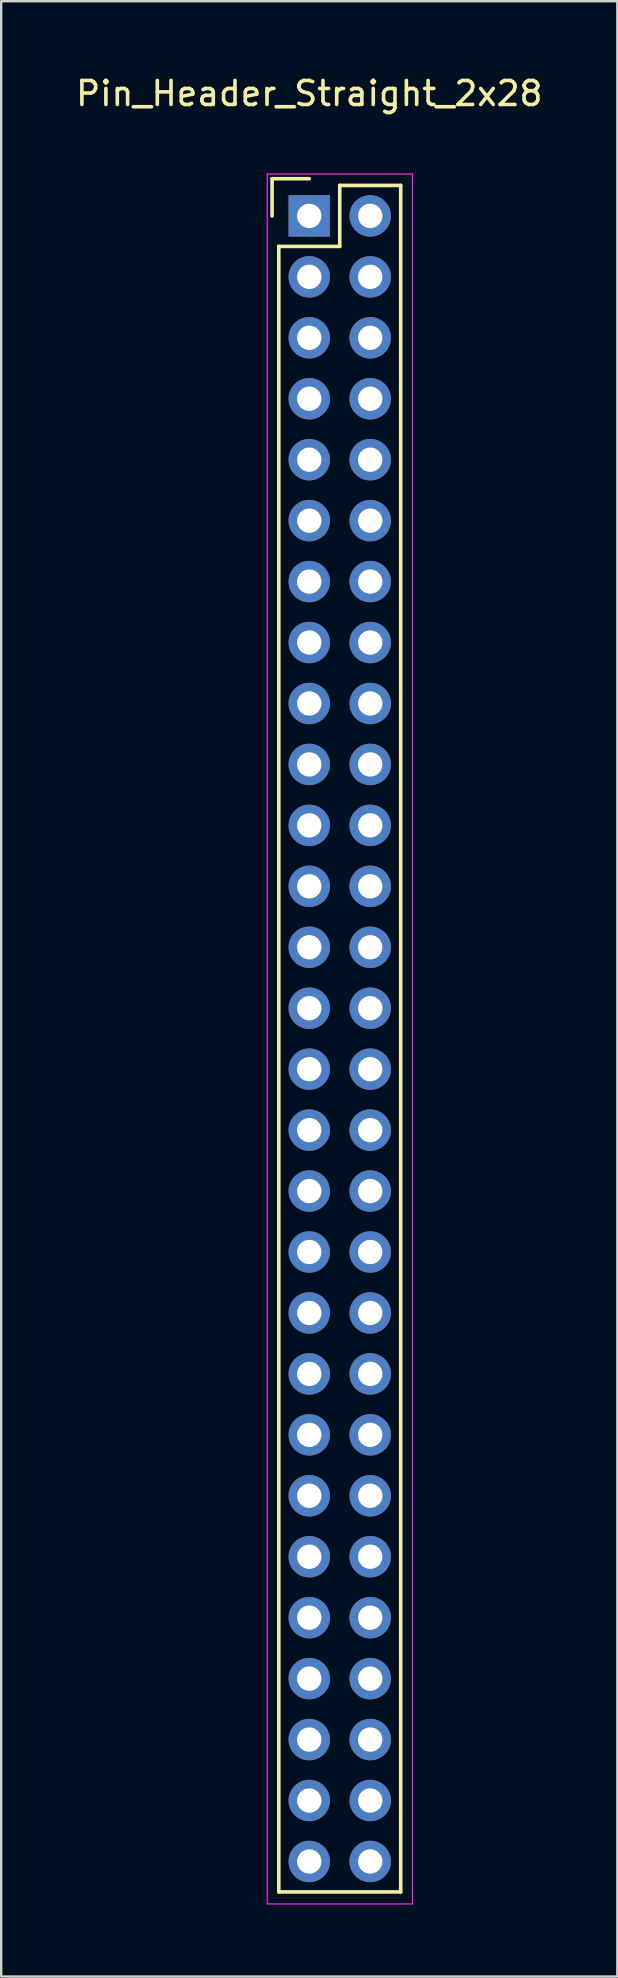
<source format=kicad_pcb>
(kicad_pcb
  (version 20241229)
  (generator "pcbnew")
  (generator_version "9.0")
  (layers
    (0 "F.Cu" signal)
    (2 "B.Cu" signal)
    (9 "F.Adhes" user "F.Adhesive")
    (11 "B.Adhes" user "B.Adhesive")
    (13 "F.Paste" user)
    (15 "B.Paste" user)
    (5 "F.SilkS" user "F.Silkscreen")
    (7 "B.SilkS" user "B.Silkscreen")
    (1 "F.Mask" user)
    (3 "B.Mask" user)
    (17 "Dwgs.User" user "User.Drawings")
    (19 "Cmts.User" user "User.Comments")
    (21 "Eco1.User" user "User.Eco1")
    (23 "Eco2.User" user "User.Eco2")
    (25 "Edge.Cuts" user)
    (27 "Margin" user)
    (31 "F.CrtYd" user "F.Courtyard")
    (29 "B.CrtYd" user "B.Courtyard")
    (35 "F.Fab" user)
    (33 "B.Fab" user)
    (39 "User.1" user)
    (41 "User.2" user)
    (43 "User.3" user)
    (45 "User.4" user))
  (footprint "Pin_Header_Straight_2x28"
    (layer "F.Cu")
    (at 9.839 5.948)
    (property "Reference" "Pin_Header_Straight_2x28" (at 0 -5.1 0) (layer "F.SilkS") (effects (font (size 1 1) (thickness 0.15))))
    (attr through_hole)
    (fp_line (start -1.55 -1.55) (end -1.55 0) (stroke (width 0.15) (type solid)) (layer "F.SilkS"))
    (fp_line (start -1.27 1.27) (end -1.27 69.85) (stroke (width 0.15) (type solid)) (layer "F.SilkS"))
    (fp_line (start 0 -1.55) (end -1.55 -1.55) (stroke (width 0.15) (type solid)) (layer "F.SilkS"))
    (fp_line (start 1.27 -1.27) (end 1.27 1.27) (stroke (width 0.15) (type solid)) (layer "F.SilkS"))
    (fp_line (start 1.27 1.27) (end -1.27 1.27) (stroke (width 0.15) (type solid)) (layer "F.SilkS"))
    (fp_line (start 3.81 -1.27) (end 1.27 -1.27) (stroke (width 0.15) (type solid)) (layer "F.SilkS"))
    (fp_line (start 3.81 -1.27) (end 3.81 69.85) (stroke (width 0.15) (type solid)) (layer "F.SilkS"))
    (fp_line (start 3.81 69.85) (end -1.27 69.85) (stroke (width 0.15) (type solid)) (layer "F.SilkS"))
    (fp_line (start -1.75 -1.75) (end -1.75 70.35) (stroke (width 0.05) (type solid)) (layer "F.CrtYd"))
    (fp_line (start -1.75 -1.75) (end 4.3 -1.75) (stroke (width 0.05) (type solid)) (layer "F.CrtYd"))
    (fp_line (start -1.75 70.35) (end 4.3 70.35) (stroke (width 0.05) (type solid)) (layer "F.CrtYd"))
    (fp_line (start 4.3 -1.75) (end 4.3 70.35) (stroke (width 0.05) (type solid)) (layer "F.CrtYd"))
    (pad "1" thru_hole rect (at 0 0) (size 1.727 1.727) (drill 1.016) (layers "*.Cu" "*.Mask"))
    (pad "2" thru_hole oval (at 2.54 0) (size 1.727 1.727) (drill 1.016) (layers "*.Cu" "*.Mask"))
    (pad "3" thru_hole oval (at 0 2.54) (size 1.727 1.727) (drill 1.016) (layers "*.Cu" "*.Mask"))
    (pad "4" thru_hole oval (at 2.54 2.54) (size 1.727 1.727) (drill 1.016) (layers "*.Cu" "*.Mask"))
    (pad "5" thru_hole oval (at 0 5.08) (size 1.727 1.727) (drill 1.016) (layers "*.Cu" "*.Mask"))
    (pad "6" thru_hole oval (at 2.54 5.08) (size 1.727 1.727) (drill 1.016) (layers "*.Cu" "*.Mask"))
    (pad "7" thru_hole oval (at 0 7.62) (size 1.727 1.727) (drill 1.016) (layers "*.Cu" "*.Mask"))
    (pad "8" thru_hole oval (at 2.54 7.62) (size 1.727 1.727) (drill 1.016) (layers "*.Cu" "*.Mask"))
    (pad "9" thru_hole oval (at 0 10.16) (size 1.727 1.727) (drill 1.016) (layers "*.Cu" "*.Mask"))
    (pad "10" thru_hole oval (at 2.54 10.16) (size 1.727 1.727) (drill 1.016) (layers "*.Cu" "*.Mask"))
    (pad "11" thru_hole oval (at 0 12.7) (size 1.727 1.727) (drill 1.016) (layers "*.Cu" "*.Mask"))
    (pad "12" thru_hole oval (at 2.54 12.7) (size 1.727 1.727) (drill 1.016) (layers "*.Cu" "*.Mask"))
    (pad "13" thru_hole oval (at 0 15.24) (size 1.727 1.727) (drill 1.016) (layers "*.Cu" "*.Mask"))
    (pad "14" thru_hole oval (at 2.54 15.24) (size 1.727 1.727) (drill 1.016) (layers "*.Cu" "*.Mask"))
    (pad "15" thru_hole oval (at 0 17.78) (size 1.727 1.727) (drill 1.016) (layers "*.Cu" "*.Mask"))
    (pad "16" thru_hole oval (at 2.54 17.78) (size 1.727 1.727) (drill 1.016) (layers "*.Cu" "*.Mask"))
    (pad "17" thru_hole oval (at 0 20.32) (size 1.727 1.727) (drill 1.016) (layers "*.Cu" "*.Mask"))
    (pad "18" thru_hole oval (at 2.54 20.32) (size 1.727 1.727) (drill 1.016) (layers "*.Cu" "*.Mask"))
    (pad "19" thru_hole oval (at 0 22.86) (size 1.727 1.727) (drill 1.016) (layers "*.Cu" "*.Mask"))
    (pad "20" thru_hole oval (at 2.54 22.86) (size 1.727 1.727) (drill 1.016) (layers "*.Cu" "*.Mask"))
    (pad "21" thru_hole oval (at 0 25.4) (size 1.727 1.727) (drill 1.016) (layers "*.Cu" "*.Mask"))
    (pad "22" thru_hole oval (at 2.54 25.4) (size 1.727 1.727) (drill 1.016) (layers "*.Cu" "*.Mask"))
    (pad "23" thru_hole oval (at 0 27.94) (size 1.727 1.727) (drill 1.016) (layers "*.Cu" "*.Mask"))
    (pad "24" thru_hole oval (at 2.54 27.94) (size 1.727 1.727) (drill 1.016) (layers "*.Cu" "*.Mask"))
    (pad "25" thru_hole oval (at 0 30.48) (size 1.727 1.727) (drill 1.016) (layers "*.Cu" "*.Mask"))
    (pad "26" thru_hole oval (at 2.54 30.48) (size 1.727 1.727) (drill 1.016) (layers "*.Cu" "*.Mask"))
    (pad "27" thru_hole oval (at 0 33.02) (size 1.727 1.727) (drill 1.016) (layers "*.Cu" "*.Mask"))
    (pad "28" thru_hole oval (at 2.54 33.02) (size 1.727 1.727) (drill 1.016) (layers "*.Cu" "*.Mask"))
    (pad "29" thru_hole oval (at 0 35.56) (size 1.727 1.727) (drill 1.016) (layers "*.Cu" "*.Mask"))
    (pad "30" thru_hole oval (at 2.54 35.56) (size 1.727 1.727) (drill 1.016) (layers "*.Cu" "*.Mask"))
    (pad "31" thru_hole oval (at 0 38.1) (size 1.727 1.727) (drill 1.016) (layers "*.Cu" "*.Mask"))
    (pad "32" thru_hole oval (at 2.54 38.1) (size 1.727 1.727) (drill 1.016) (layers "*.Cu" "*.Mask"))
    (pad "33" thru_hole oval (at 0 40.64) (size 1.727 1.727) (drill 1.016) (layers "*.Cu" "*.Mask"))
    (pad "34" thru_hole oval (at 2.54 40.64) (size 1.727 1.727) (drill 1.016) (layers "*.Cu" "*.Mask"))
    (pad "35" thru_hole oval (at 0 43.18) (size 1.727 1.727) (drill 1.016) (layers "*.Cu" "*.Mask"))
    (pad "36" thru_hole oval (at 2.54 43.18) (size 1.727 1.727) (drill 1.016) (layers "*.Cu" "*.Mask"))
    (pad "37" thru_hole oval (at 0 45.72) (size 1.727 1.727) (drill 1.016) (layers "*.Cu" "*.Mask"))
    (pad "38" thru_hole oval (at 2.54 45.72) (size 1.727 1.727) (drill 1.016) (layers "*.Cu" "*.Mask"))
    (pad "39" thru_hole oval (at 0 48.26) (size 1.727 1.727) (drill 1.016) (layers "*.Cu" "*.Mask"))
    (pad "40" thru_hole oval (at 2.54 48.26) (size 1.727 1.727) (drill 1.016) (layers "*.Cu" "*.Mask"))
    (pad "41" thru_hole oval (at 0 50.8) (size 1.727 1.727) (drill 1.016) (layers "*.Cu" "*.Mask"))
    (pad "42" thru_hole oval (at 2.54 50.8) (size 1.727 1.727) (drill 1.016) (layers "*.Cu" "*.Mask"))
    (pad "43" thru_hole oval (at 0 53.34) (size 1.727 1.727) (drill 1.016) (layers "*.Cu" "*.Mask"))
    (pad "44" thru_hole oval (at 2.54 53.34) (size 1.727 1.727) (drill 1.016) (layers "*.Cu" "*.Mask"))
    (pad "45" thru_hole oval (at 0 55.88) (size 1.727 1.727) (drill 1.016) (layers "*.Cu" "*.Mask"))
    (pad "46" thru_hole oval (at 2.54 55.88) (size 1.727 1.727) (drill 1.016) (layers "*.Cu" "*.Mask"))
    (pad "47" thru_hole oval (at 0 58.42) (size 1.727 1.727) (drill 1.016) (layers "*.Cu" "*.Mask"))
    (pad "48" thru_hole oval (at 2.54 58.42) (size 1.727 1.727) (drill 1.016) (layers "*.Cu" "*.Mask"))
    (pad "49" thru_hole oval (at 0 60.96) (size 1.727 1.727) (drill 1.016) (layers "*.Cu" "*.Mask"))
    (pad "50" thru_hole oval (at 2.54 60.96) (size 1.727 1.727) (drill 1.016) (layers "*.Cu" "*.Mask"))
    (pad "51" thru_hole oval (at 0 63.5) (size 1.727 1.727) (drill 1.016) (layers "*.Cu" "*.Mask"))
    (pad "52" thru_hole oval (at 2.54 63.5) (size 1.727 1.727) (drill 1.016) (layers "*.Cu" "*.Mask"))
    (pad "53" thru_hole oval (at 0 66.04) (size 1.727 1.727) (drill 1.016) (layers "*.Cu" "*.Mask"))
    (pad "54" thru_hole oval (at 2.54 66.04) (size 1.727 1.727) (drill 1.016) (layers "*.Cu" "*.Mask"))
    (pad "55" thru_hole oval (at 0 68.58) (size 1.727 1.727) (drill 1.016) (layers "*.Cu" "*.Mask"))
    (pad "56" thru_hole oval (at 2.54 68.58) (size 1.727 1.727) (drill 1.016) (layers "*.Cu" "*.Mask")))
  (gr_rect
    (start -3 -3)
    (end 22.679 79.323)
    (stroke (width 0.1) (type default))
    (fill no)
    (layer "Edge.Cuts")))
</source>
